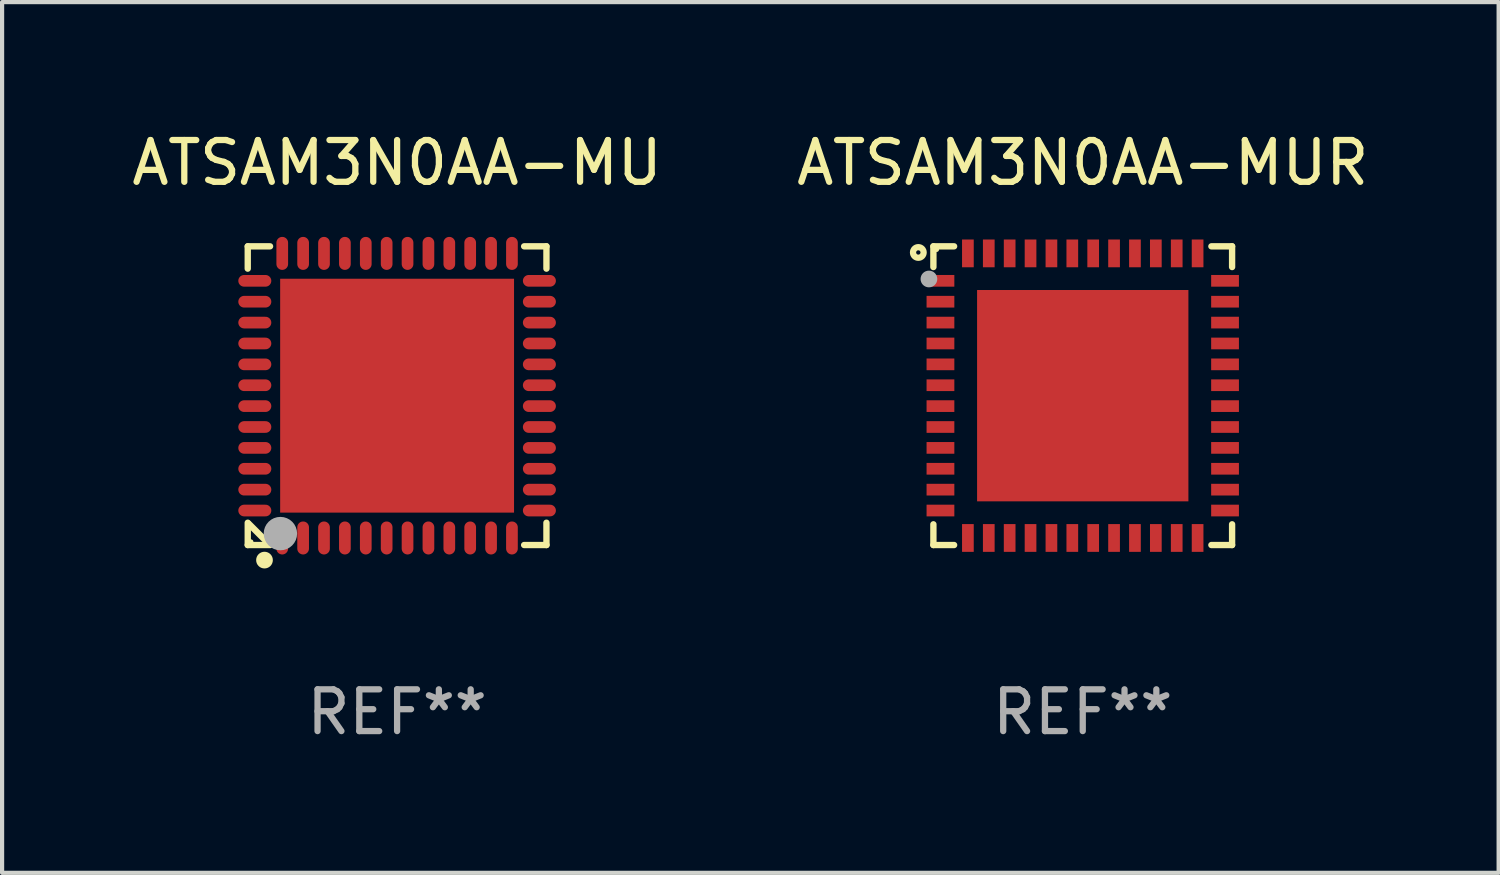
<source format=kicad_pcb>
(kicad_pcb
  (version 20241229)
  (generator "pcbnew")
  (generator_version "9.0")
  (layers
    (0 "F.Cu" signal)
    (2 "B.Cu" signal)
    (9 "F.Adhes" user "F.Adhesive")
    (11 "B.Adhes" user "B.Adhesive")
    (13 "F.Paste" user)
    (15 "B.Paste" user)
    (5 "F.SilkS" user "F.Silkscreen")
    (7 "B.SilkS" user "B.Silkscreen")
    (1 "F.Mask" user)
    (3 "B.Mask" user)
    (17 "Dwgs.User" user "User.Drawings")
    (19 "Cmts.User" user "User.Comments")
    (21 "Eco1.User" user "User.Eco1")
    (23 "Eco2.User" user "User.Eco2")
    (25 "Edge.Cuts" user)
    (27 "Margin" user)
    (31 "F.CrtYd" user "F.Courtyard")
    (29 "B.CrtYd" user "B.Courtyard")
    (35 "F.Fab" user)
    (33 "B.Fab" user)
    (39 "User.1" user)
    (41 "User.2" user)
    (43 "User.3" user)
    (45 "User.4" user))
  (footprint "ATSAM3N0AA-MUR"
    (layer "F.Cu")
    (at 22.875 6.424)
    (property "Reference" "ATSAM3N0AA-MUR" (at 0 -5.576 0) (layer "F.SilkS") (effects (font (size 1 1) (thickness 0.15))))
    (attr through_hole)
    (fp_line (start -3.576 -3.576) (end -3.576 -3.08) (stroke (width 0.152) (type solid)) (layer "F.SilkS"))
    (fp_line (start -3.576 3.576) (end -3.576 3.08) (stroke (width 0.152) (type solid)) (layer "F.SilkS"))
    (fp_line (start -3.08 -3.576) (end -3.576 -3.576) (stroke (width 0.152) (type solid)) (layer "F.SilkS"))
    (fp_line (start -3.08 3.576) (end -3.576 3.576) (stroke (width 0.152) (type solid)) (layer "F.SilkS"))
    (fp_line (start 3.08 -3.576) (end 3.576 -3.576) (stroke (width 0.152) (type solid)) (layer "F.SilkS"))
    (fp_line (start 3.08 3.576) (end 3.576 3.576) (stroke (width 0.152) (type solid)) (layer "F.SilkS"))
    (fp_line (start 3.576 -3.576) (end 3.576 -3.08) (stroke (width 0.152) (type solid)) (layer "F.SilkS"))
    (fp_line (start 3.576 3.576) (end 3.576 3.08) (stroke (width 0.152) (type solid)) (layer "F.SilkS"))
    (fp_circle (center -3.937 -3.429) (end -3.81 -3.429) (stroke (width 0.15) (type solid)) (fill no) (layer "F.SilkS"))
    (fp_circle (center -3.5 -3.5) (end -3.47 -3.5) (stroke (width 0.06) (type solid)) (fill no) (layer "F.SilkS"))
    (fp_circle (center -3.683 -2.794) (end -3.583 -2.794) (stroke (width 0.2) (type solid)) (fill no) (layer "F.Fab"))
    (fp_text user "REF**" (at 0 7.576 0) (layer "F.Fab") (effects (font (size 1 1) (thickness 0.15))))
    (pad "1" smd rect (at -3.407 -2.75) (size 0.665 0.28) (layers "F.Cu" "F.Mask" "F.Paste"))
    (pad "2" smd rect (at -3.407 -2.25) (size 0.665 0.28) (layers "F.Cu" "F.Mask" "F.Paste"))
    (pad "3" smd rect (at -3.407 -1.75) (size 0.665 0.28) (layers "F.Cu" "F.Mask" "F.Paste"))
    (pad "4" smd rect (at -3.407 -1.25) (size 0.665 0.28) (layers "F.Cu" "F.Mask" "F.Paste"))
    (pad "5" smd rect (at -3.407 -0.75) (size 0.665 0.28) (layers "F.Cu" "F.Mask" "F.Paste"))
    (pad "6" smd rect (at -3.407 -0.25) (size 0.665 0.28) (layers "F.Cu" "F.Mask" "F.Paste"))
    (pad "7" smd rect (at -3.407 0.25) (size 0.665 0.28) (layers "F.Cu" "F.Mask" "F.Paste"))
    (pad "8" smd rect (at -3.407 0.75) (size 0.665 0.28) (layers "F.Cu" "F.Mask" "F.Paste"))
    (pad "9" smd rect (at -3.407 1.25) (size 0.665 0.28) (layers "F.Cu" "F.Mask" "F.Paste"))
    (pad "10" smd rect (at -3.407 1.75) (size 0.665 0.28) (layers "F.Cu" "F.Mask" "F.Paste"))
    (pad "11" smd rect (at -3.407 2.25) (size 0.665 0.28) (layers "F.Cu" "F.Mask" "F.Paste"))
    (pad "12" smd rect (at -3.407 2.75) (size 0.665 0.28) (layers "F.Cu" "F.Mask" "F.Paste"))
    (pad "13" smd rect (at -2.75 3.407) (size 0.28 0.665) (layers "F.Cu" "F.Mask" "F.Paste"))
    (pad "14" smd rect (at -2.25 3.407) (size 0.28 0.665) (layers "F.Cu" "F.Mask" "F.Paste"))
    (pad "15" smd rect (at -1.75 3.407) (size 0.28 0.665) (layers "F.Cu" "F.Mask" "F.Paste"))
    (pad "16" smd rect (at -1.25 3.407) (size 0.28 0.665) (layers "F.Cu" "F.Mask" "F.Paste"))
    (pad "17" smd rect (at -0.75 3.407) (size 0.28 0.665) (layers "F.Cu" "F.Mask" "F.Paste"))
    (pad "18" smd rect (at -0.25 3.407) (size 0.28 0.665) (layers "F.Cu" "F.Mask" "F.Paste"))
    (pad "19" smd rect (at 0.25 3.407) (size 0.28 0.665) (layers "F.Cu" "F.Mask" "F.Paste"))
    (pad "20" smd rect (at 0.75 3.407) (size 0.28 0.665) (layers "F.Cu" "F.Mask" "F.Paste"))
    (pad "21" smd rect (at 1.25 3.407) (size 0.28 0.665) (layers "F.Cu" "F.Mask" "F.Paste"))
    (pad "22" smd rect (at 1.75 3.407) (size 0.28 0.665) (layers "F.Cu" "F.Mask" "F.Paste"))
    (pad "23" smd rect (at 2.25 3.407) (size 0.28 0.665) (layers "F.Cu" "F.Mask" "F.Paste"))
    (pad "24" smd rect (at 2.75 3.407) (size 0.28 0.665) (layers "F.Cu" "F.Mask" "F.Paste"))
    (pad "25" smd rect (at 3.407 2.75) (size 0.665 0.28) (layers "F.Cu" "F.Mask" "F.Paste"))
    (pad "26" smd rect (at 3.407 2.25) (size 0.665 0.28) (layers "F.Cu" "F.Mask" "F.Paste"))
    (pad "27" smd rect (at 3.407 1.75) (size 0.665 0.28) (layers "F.Cu" "F.Mask" "F.Paste"))
    (pad "28" smd rect (at 3.407 1.25) (size 0.665 0.28) (layers "F.Cu" "F.Mask" "F.Paste"))
    (pad "29" smd rect (at 3.407 0.75) (size 0.665 0.28) (layers "F.Cu" "F.Mask" "F.Paste"))
    (pad "30" smd rect (at 3.407 0.25) (size 0.665 0.28) (layers "F.Cu" "F.Mask" "F.Paste"))
    (pad "31" smd rect (at 3.407 -0.25) (size 0.665 0.28) (layers "F.Cu" "F.Mask" "F.Paste"))
    (pad "32" smd rect (at 3.407 -0.75) (size 0.665 0.28) (layers "F.Cu" "F.Mask" "F.Paste"))
    (pad "33" smd rect (at 3.407 -1.25) (size 0.665 0.28) (layers "F.Cu" "F.Mask" "F.Paste"))
    (pad "34" smd rect (at 3.407 -1.75) (size 0.665 0.28) (layers "F.Cu" "F.Mask" "F.Paste"))
    (pad "35" smd rect (at 3.407 -2.25) (size 0.665 0.28) (layers "F.Cu" "F.Mask" "F.Paste"))
    (pad "36" smd rect (at 3.407 -2.75) (size 0.665 0.28) (layers "F.Cu" "F.Mask" "F.Paste"))
    (pad "37" smd rect (at 2.75 -3.407) (size 0.28 0.665) (layers "F.Cu" "F.Mask" "F.Paste"))
    (pad "38" smd rect (at 2.25 -3.407) (size 0.28 0.665) (layers "F.Cu" "F.Mask" "F.Paste"))
    (pad "39" smd rect (at 1.75 -3.407) (size 0.28 0.665) (layers "F.Cu" "F.Mask" "F.Paste"))
    (pad "40" smd rect (at 1.25 -3.407) (size 0.28 0.665) (layers "F.Cu" "F.Mask" "F.Paste"))
    (pad "41" smd rect (at 0.75 -3.407) (size 0.28 0.665) (layers "F.Cu" "F.Mask" "F.Paste"))
    (pad "42" smd rect (at 0.25 -3.407) (size 0.28 0.665) (layers "F.Cu" "F.Mask" "F.Paste"))
    (pad "43" smd rect (at -0.25 -3.407) (size 0.28 0.665) (layers "F.Cu" "F.Mask" "F.Paste"))
    (pad "44" smd rect (at -0.75 -3.407) (size 0.28 0.665) (layers "F.Cu" "F.Mask" "F.Paste"))
    (pad "45" smd rect (at -1.25 -3.407) (size 0.28 0.665) (layers "F.Cu" "F.Mask" "F.Paste"))
    (pad "46" smd rect (at -1.75 -3.407) (size 0.28 0.665) (layers "F.Cu" "F.Mask" "F.Paste"))
    (pad "47" smd rect (at -2.25 -3.407) (size 0.28 0.665) (layers "F.Cu" "F.Mask" "F.Paste"))
    (pad "48" smd rect (at -2.75 -3.407) (size 0.28 0.665) (layers "F.Cu" "F.Mask" "F.Paste"))
    (pad "49" smd rect (at 0 0) (size 5.06 5.06) (layers "F.Cu" "F.Mask" "F.Paste")))
  (footprint "ATSAM3N0AA-MU"
    (layer "F.Cu")
    (at 6.458 6.424)
    (property "Reference" "ATSAM3N0AA-MU" (at 0 -5.576 0) (layer "F.SilkS") (effects (font (size 1 1) (thickness 0.15))))
    (attr through_hole)
    (fp_line (start -3.576 -3.576) (end -3.576 -3.042) (stroke (width 0.152) (type solid)) (layer "F.SilkS"))
    (fp_line (start -3.576 3.576) (end -3.576 3.042) (stroke (width 0.152) (type solid)) (layer "F.SilkS"))
    (fp_line (start -3.069 3.549) (end -3.549 3.069) (stroke (width 0.152) (type solid)) (layer "F.SilkS"))
    (fp_line (start -3.042 -3.576) (end -3.576 -3.576) (stroke (width 0.152) (type solid)) (layer "F.SilkS"))
    (fp_line (start -3.042 3.576) (end -3.576 3.576) (stroke (width 0.152) (type solid)) (layer "F.SilkS"))
    (fp_line (start 3.042 -3.576) (end 3.576 -3.576) (stroke (width 0.152) (type solid)) (layer "F.SilkS"))
    (fp_line (start 3.042 3.576) (end 3.576 3.576) (stroke (width 0.152) (type solid)) (layer "F.SilkS"))
    (fp_line (start 3.576 -3.576) (end 3.576 -3.042) (stroke (width 0.152) (type solid)) (layer "F.SilkS"))
    (fp_line (start 3.576 3.576) (end 3.576 3.042) (stroke (width 0.152) (type solid)) (layer "F.SilkS"))
    (fp_circle (center -3.5 3.5) (end -3.47 3.5) (stroke (width 0.06) (type solid)) (fill no) (layer "F.SilkS"))
    (fp_circle (center -3.175 3.937) (end -3.075 3.937) (stroke (width 0.2) (type solid)) (fill no) (layer "F.SilkS"))
    (fp_circle (center -2.794 3.302) (end -2.594 3.302) (stroke (width 0.4) (type solid)) (fill no) (layer "F.Fab"))
    (fp_text user "REF**" (at 0 7.576 0) (layer "F.Fab") (effects (font (size 1 1) (thickness 0.15))))
    (pad "1" smd oval (at -2.75 3.407) (size 0.28 0.79) (layers "F.Cu" "F.Mask" "F.Paste"))
    (pad "2" smd oval (at -2.25 3.407) (size 0.28 0.79) (layers "F.Cu" "F.Mask" "F.Paste"))
    (pad "3" smd oval (at -1.75 3.407) (size 0.28 0.79) (layers "F.Cu" "F.Mask" "F.Paste"))
    (pad "4" smd oval (at -1.25 3.407) (size 0.28 0.79) (layers "F.Cu" "F.Mask" "F.Paste"))
    (pad "5" smd oval (at -0.75 3.407) (size 0.28 0.79) (layers "F.Cu" "F.Mask" "F.Paste"))
    (pad "6" smd oval (at -0.25 3.407) (size 0.28 0.79) (layers "F.Cu" "F.Mask" "F.Paste"))
    (pad "7" smd oval (at 0.25 3.407) (size 0.28 0.79) (layers "F.Cu" "F.Mask" "F.Paste"))
    (pad "8" smd oval (at 0.75 3.407) (size 0.28 0.79) (layers "F.Cu" "F.Mask" "F.Paste"))
    (pad "9" smd oval (at 1.25 3.407) (size 0.28 0.79) (layers "F.Cu" "F.Mask" "F.Paste"))
    (pad "10" smd oval (at 1.75 3.407) (size 0.28 0.79) (layers "F.Cu" "F.Mask" "F.Paste"))
    (pad "11" smd oval (at 2.25 3.407) (size 0.28 0.79) (layers "F.Cu" "F.Mask" "F.Paste"))
    (pad "12" smd oval (at 2.75 3.407) (size 0.28 0.79) (layers "F.Cu" "F.Mask" "F.Paste"))
    (pad "13" smd oval (at 3.407 2.75) (size 0.79 0.28) (layers "F.Cu" "F.Mask" "F.Paste"))
    (pad "14" smd oval (at 3.407 2.25) (size 0.79 0.28) (layers "F.Cu" "F.Mask" "F.Paste"))
    (pad "15" smd oval (at 3.407 1.75) (size 0.79 0.28) (layers "F.Cu" "F.Mask" "F.Paste"))
    (pad "16" smd oval (at 3.407 1.25) (size 0.79 0.28) (layers "F.Cu" "F.Mask" "F.Paste"))
    (pad "17" smd oval (at 3.407 0.75) (size 0.79 0.28) (layers "F.Cu" "F.Mask" "F.Paste"))
    (pad "18" smd oval (at 3.407 0.25) (size 0.79 0.28) (layers "F.Cu" "F.Mask" "F.Paste"))
    (pad "19" smd oval (at 3.407 -0.25) (size 0.79 0.28) (layers "F.Cu" "F.Mask" "F.Paste"))
    (pad "20" smd oval (at 3.407 -0.75) (size 0.79 0.28) (layers "F.Cu" "F.Mask" "F.Paste"))
    (pad "21" smd oval (at 3.407 -1.25) (size 0.79 0.28) (layers "F.Cu" "F.Mask" "F.Paste"))
    (pad "22" smd oval (at 3.407 -1.75) (size 0.79 0.28) (layers "F.Cu" "F.Mask" "F.Paste"))
    (pad "23" smd oval (at 3.407 -2.25) (size 0.79 0.28) (layers "F.Cu" "F.Mask" "F.Paste"))
    (pad "24" smd oval (at 3.407 -2.75) (size 0.79 0.28) (layers "F.Cu" "F.Mask" "F.Paste"))
    (pad "25" smd oval (at 2.75 -3.407) (size 0.28 0.79) (layers "F.Cu" "F.Mask" "F.Paste"))
    (pad "26" smd oval (at 2.25 -3.407) (size 0.28 0.79) (layers "F.Cu" "F.Mask" "F.Paste"))
    (pad "27" smd oval (at 1.75 -3.407) (size 0.28 0.79) (layers "F.Cu" "F.Mask" "F.Paste"))
    (pad "28" smd oval (at 1.25 -3.407) (size 0.28 0.79) (layers "F.Cu" "F.Mask" "F.Paste"))
    (pad "29" smd oval (at 0.75 -3.407) (size 0.28 0.79) (layers "F.Cu" "F.Mask" "F.Paste"))
    (pad "30" smd oval (at 0.25 -3.407) (size 0.28 0.79) (layers "F.Cu" "F.Mask" "F.Paste"))
    (pad "31" smd oval (at -0.25 -3.407) (size 0.28 0.79) (layers "F.Cu" "F.Mask" "F.Paste"))
    (pad "32" smd oval (at -0.75 -3.407) (size 0.28 0.79) (layers "F.Cu" "F.Mask" "F.Paste"))
    (pad "33" smd oval (at -1.25 -3.407) (size 0.28 0.79) (layers "F.Cu" "F.Mask" "F.Paste"))
    (pad "34" smd oval (at -1.75 -3.407) (size 0.28 0.79) (layers "F.Cu" "F.Mask" "F.Paste"))
    (pad "35" smd oval (at -2.25 -3.407) (size 0.28 0.79) (layers "F.Cu" "F.Mask" "F.Paste"))
    (pad "36" smd oval (at -2.75 -3.407) (size 0.28 0.79) (layers "F.Cu" "F.Mask" "F.Paste"))
    (pad "37" smd oval (at -3.407 -2.75) (size 0.79 0.28) (layers "F.Cu" "F.Mask" "F.Paste"))
    (pad "38" smd oval (at -3.407 -2.25) (size 0.79 0.28) (layers "F.Cu" "F.Mask" "F.Paste"))
    (pad "39" smd oval (at -3.407 -1.75) (size 0.79 0.28) (layers "F.Cu" "F.Mask" "F.Paste"))
    (pad "40" smd oval (at -3.407 -1.25) (size 0.79 0.28) (layers "F.Cu" "F.Mask" "F.Paste"))
    (pad "41" smd oval (at -3.407 -0.75) (size 0.79 0.28) (layers "F.Cu" "F.Mask" "F.Paste"))
    (pad "42" smd oval (at -3.407 -0.25) (size 0.79 0.28) (layers "F.Cu" "F.Mask" "F.Paste"))
    (pad "43" smd oval (at -3.407 0.25) (size 0.79 0.28) (layers "F.Cu" "F.Mask" "F.Paste"))
    (pad "44" smd oval (at -3.407 0.75) (size 0.79 0.28) (layers "F.Cu" "F.Mask" "F.Paste"))
    (pad "45" smd oval (at -3.407 1.25) (size 0.79 0.28) (layers "F.Cu" "F.Mask" "F.Paste"))
    (pad "46" smd oval (at -3.407 1.75) (size 0.79 0.28) (layers "F.Cu" "F.Mask" "F.Paste"))
    (pad "47" smd oval (at -3.407 2.25) (size 0.79 0.28) (layers "F.Cu" "F.Mask" "F.Paste"))
    (pad "48" smd oval (at -3.407 2.75) (size 0.79 0.28) (layers "F.Cu" "F.Mask" "F.Paste"))
    (pad "49" smd rect (at 0 0) (size 5.6 5.6) (layers "F.Cu" "F.Mask" "F.Paste")))
  (gr_rect
    (start -3 -3)
    (end 32.833 17.849)
    (stroke (width 0.1) (type default))
    (fill no)
    (layer "Edge.Cuts")))
</source>
